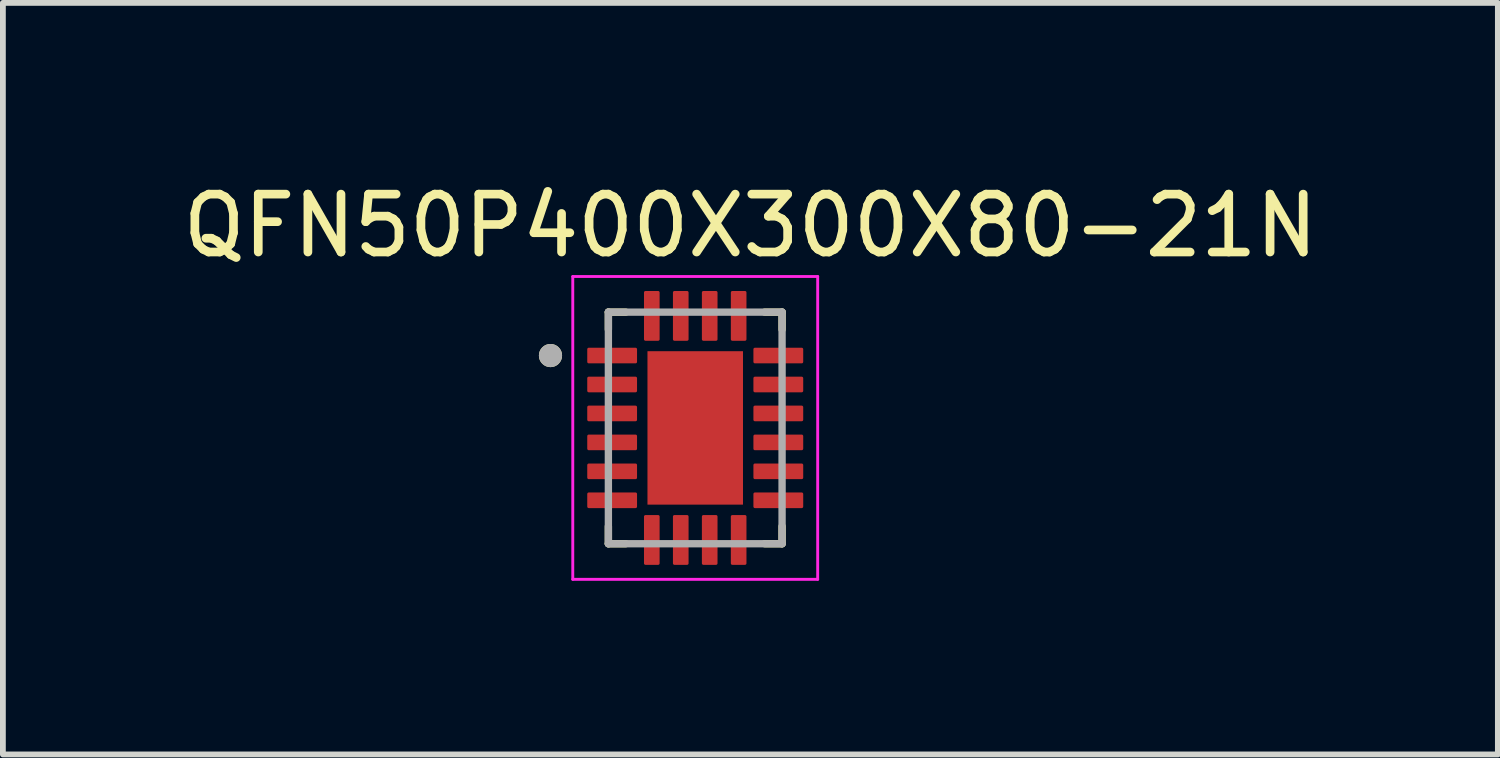
<source format=kicad_pcb>
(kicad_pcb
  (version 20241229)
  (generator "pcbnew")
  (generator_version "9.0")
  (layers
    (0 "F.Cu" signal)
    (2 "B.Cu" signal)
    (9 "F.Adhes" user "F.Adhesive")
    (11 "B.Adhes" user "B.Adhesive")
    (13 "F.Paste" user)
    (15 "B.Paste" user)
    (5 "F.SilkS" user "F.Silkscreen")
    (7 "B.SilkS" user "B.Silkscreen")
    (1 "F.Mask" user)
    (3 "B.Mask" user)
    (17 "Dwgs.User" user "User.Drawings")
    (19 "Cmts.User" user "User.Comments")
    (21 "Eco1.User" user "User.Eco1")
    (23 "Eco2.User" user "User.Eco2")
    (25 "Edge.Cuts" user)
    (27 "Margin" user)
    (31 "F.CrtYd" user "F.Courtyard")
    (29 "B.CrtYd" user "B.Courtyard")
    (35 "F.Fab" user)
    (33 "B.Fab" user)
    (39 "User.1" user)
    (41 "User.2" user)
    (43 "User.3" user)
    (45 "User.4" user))
  (footprint "QFN50P400X300X80-21N"
    (layer "F.Cu")
    (at 8.958 4.341)
    (property "Reference" "QFN50P400X300X80-21N" (at 0.953 -3.493 0) (layer "F.SilkS") (effects (font (size 1 1) (thickness 0.15))))
    (attr smd)
    (fp_poly (pts (xy -0.875 -1.375) (xy 0.875 -1.375) (xy 0.875 1.375) (xy -0.875 1.375)) (stroke (width 0.01) (type solid)) (fill yes) (layer "F.Mask"))
    (fp_line (start -1.5 -2) (end -1.5 -1.7) (stroke (width 0.127) (type solid)) (layer "F.SilkS"))
    (fp_line (start -1.5 -2) (end -1.2 -2) (stroke (width 0.127) (type solid)) (layer "F.SilkS"))
    (fp_line (start -1.5 2) (end -1.5 1.7) (stroke (width 0.127) (type solid)) (layer "F.SilkS"))
    (fp_line (start -1.5 2) (end -1.2 2) (stroke (width 0.127) (type solid)) (layer "F.SilkS"))
    (fp_line (start 1.5 -2) (end 1.2 -2) (stroke (width 0.127) (type solid)) (layer "F.SilkS"))
    (fp_line (start 1.5 -2) (end 1.5 -1.7) (stroke (width 0.127) (type solid)) (layer "F.SilkS"))
    (fp_line (start 1.5 2) (end 1.2 2) (stroke (width 0.127) (type solid)) (layer "F.SilkS"))
    (fp_line (start 1.5 2) (end 1.5 1.7) (stroke (width 0.127) (type solid)) (layer "F.SilkS"))
    (fp_circle (center -2.5 -1.25) (end -2.4 -1.25) (stroke (width 0.2) (type solid)) (fill no) (layer "F.SilkS"))
    (fp_poly (pts (xy -0.522 -0.838) (xy 0.522 -0.838) (xy 0.522 0.838) (xy -0.522 0.838)) (stroke (width 0.01) (type solid)) (fill yes) (layer "F.Paste"))
    (fp_line (start -2.115 -2.615) (end -2.115 2.615) (stroke (width 0.05) (type solid)) (layer "F.CrtYd"))
    (fp_line (start -2.115 -2.615) (end 2.115 -2.615) (stroke (width 0.05) (type solid)) (layer "F.CrtYd"))
    (fp_line (start -2.115 2.615) (end 2.115 2.615) (stroke (width 0.05) (type solid)) (layer "F.CrtYd"))
    (fp_line (start 2.115 -2.615) (end 2.115 2.615) (stroke (width 0.05) (type solid)) (layer "F.CrtYd"))
    (fp_line (start -1.5 -2) (end -1.5 2) (stroke (width 0.127) (type solid)) (layer "F.Fab"))
    (fp_line (start -1.5 -2) (end 1.5 -2) (stroke (width 0.127) (type solid)) (layer "F.Fab"))
    (fp_line (start -1.5 2) (end 1.5 2) (stroke (width 0.127) (type solid)) (layer "F.Fab"))
    (fp_line (start 1.5 -2) (end 1.5 2) (stroke (width 0.127) (type solid)) (layer "F.Fab"))
    (fp_circle (center -2.5 -1.25) (end -2.4 -1.25) (stroke (width 0.2) (type solid)) (fill no) (layer "F.Fab"))
    (pad "1" smd roundrect (at -1.435 -1.25) (size 0.86 0.27) (layers "F.Cu" "F.Mask" "F.Paste") (roundrect_rratio 0.095))
    (pad "2" smd roundrect (at -1.435 -0.75) (size 0.86 0.27) (layers "F.Cu" "F.Mask" "F.Paste") (roundrect_rratio 0.095))
    (pad "3" smd roundrect (at -1.435 -0.25) (size 0.86 0.27) (layers "F.Cu" "F.Mask" "F.Paste") (roundrect_rratio 0.095))
    (pad "4" smd roundrect (at -1.435 0.25) (size 0.86 0.27) (layers "F.Cu" "F.Mask" "F.Paste") (roundrect_rratio 0.095))
    (pad "5" smd roundrect (at -1.435 0.75) (size 0.86 0.27) (layers "F.Cu" "F.Mask" "F.Paste") (roundrect_rratio 0.095))
    (pad "6" smd roundrect (at -1.435 1.25) (size 0.86 0.27) (layers "F.Cu" "F.Mask" "F.Paste") (roundrect_rratio 0.095))
    (pad "7" smd roundrect (at -0.75 1.935) (size 0.27 0.86) (layers "F.Cu" "F.Mask" "F.Paste") (roundrect_rratio 0.095))
    (pad "8" smd roundrect (at -0.25 1.935) (size 0.27 0.86) (layers "F.Cu" "F.Mask" "F.Paste") (roundrect_rratio 0.095))
    (pad "9" smd roundrect (at 0.25 1.935) (size 0.27 0.86) (layers "F.Cu" "F.Mask" "F.Paste") (roundrect_rratio 0.095))
    (pad "10" smd roundrect (at 0.75 1.935) (size 0.27 0.86) (layers "F.Cu" "F.Mask" "F.Paste") (roundrect_rratio 0.095))
    (pad "11" smd roundrect (at 1.435 1.25) (size 0.86 0.27) (layers "F.Cu" "F.Mask" "F.Paste") (roundrect_rratio 0.095))
    (pad "12" smd roundrect (at 1.435 0.75) (size 0.86 0.27) (layers "F.Cu" "F.Mask" "F.Paste") (roundrect_rratio 0.095))
    (pad "13" smd roundrect (at 1.435 0.25) (size 0.86 0.27) (layers "F.Cu" "F.Mask" "F.Paste") (roundrect_rratio 0.095))
    (pad "14" smd roundrect (at 1.435 -0.25) (size 0.86 0.27) (layers "F.Cu" "F.Mask" "F.Paste") (roundrect_rratio 0.095))
    (pad "15" smd roundrect (at 1.435 -0.75) (size 0.86 0.27) (layers "F.Cu" "F.Mask" "F.Paste") (roundrect_rratio 0.095))
    (pad "16" smd roundrect (at 1.435 -1.25) (size 0.86 0.27) (layers "F.Cu" "F.Mask" "F.Paste") (roundrect_rratio 0.095))
    (pad "17" smd roundrect (at 0.75 -1.935) (size 0.27 0.86) (layers "F.Cu" "F.Mask" "F.Paste") (roundrect_rratio 0.095))
    (pad "18" smd roundrect (at 0.25 -1.935) (size 0.27 0.86) (layers "F.Cu" "F.Mask" "F.Paste") (roundrect_rratio 0.095))
    (pad "19" smd roundrect (at -0.25 -1.935) (size 0.27 0.86) (layers "F.Cu" "F.Mask" "F.Paste") (roundrect_rratio 0.095))
    (pad "20" smd roundrect (at -0.75 -1.935) (size 0.27 0.86) (layers "F.Cu" "F.Mask" "F.Paste") (roundrect_rratio 0.095))
    (pad "21" smd rect (at 0 0) (size 1.65 2.65) (layers "F.Cu")))
  (gr_rect
    (start -3 -3)
    (end 22.821 9.981)
    (stroke (width 0.1) (type default))
    (fill no)
    (layer "Edge.Cuts")))
</source>
